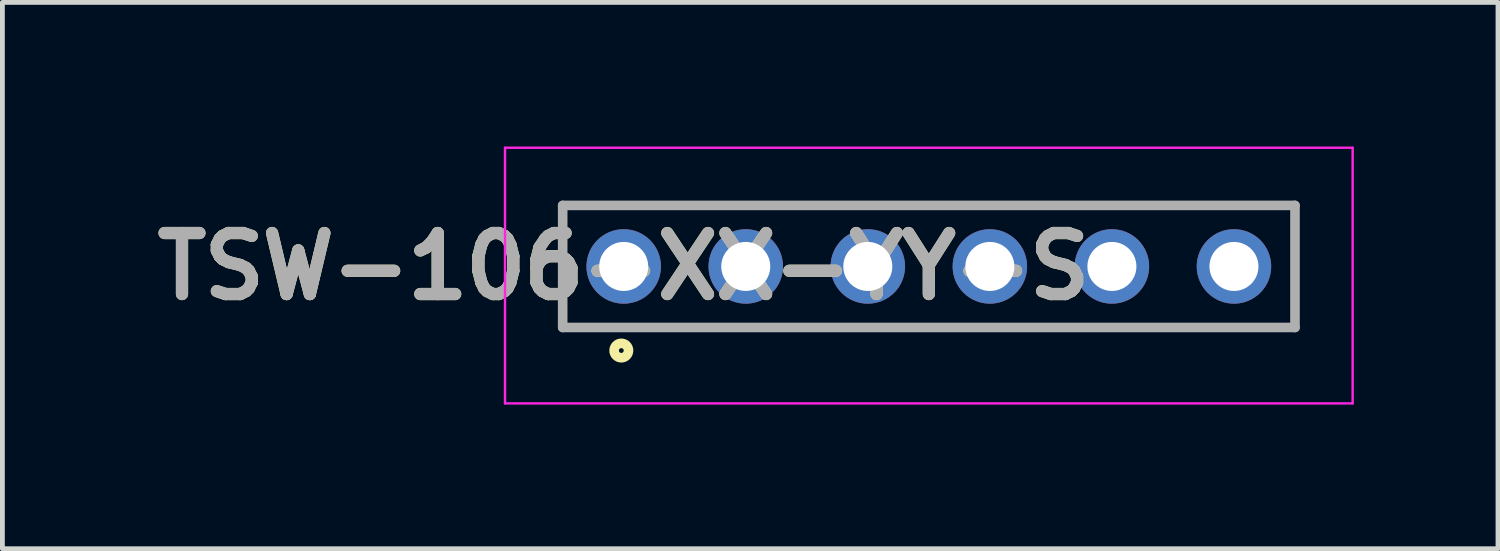
<source format=kicad_pcb>
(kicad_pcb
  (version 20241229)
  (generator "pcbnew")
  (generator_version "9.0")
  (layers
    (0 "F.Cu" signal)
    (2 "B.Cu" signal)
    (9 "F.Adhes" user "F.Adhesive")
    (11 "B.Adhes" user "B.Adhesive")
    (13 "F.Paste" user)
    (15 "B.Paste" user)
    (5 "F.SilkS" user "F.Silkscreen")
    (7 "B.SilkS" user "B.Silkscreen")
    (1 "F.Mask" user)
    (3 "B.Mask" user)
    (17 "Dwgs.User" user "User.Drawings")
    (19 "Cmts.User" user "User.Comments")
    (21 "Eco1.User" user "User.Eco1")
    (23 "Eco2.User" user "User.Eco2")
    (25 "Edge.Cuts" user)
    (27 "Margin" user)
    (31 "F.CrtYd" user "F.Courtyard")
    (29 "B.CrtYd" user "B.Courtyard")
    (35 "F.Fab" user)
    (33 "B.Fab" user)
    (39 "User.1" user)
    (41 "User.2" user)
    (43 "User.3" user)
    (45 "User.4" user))
  (footprint "TSW-106-XX-YY-S"
    (layer "F.Cu")
    (at 9.93 2.495)
    (property "Reference" "TSW-106-XX-YY-S" (at 0 0 0) (layer "F.SilkS") (effects (font (size 1.27 1.27) (thickness 0.254))))
    (attr through_hole)
    (fp_line (start -1.27 -1.27) (end 13.97 -1.27) (stroke (width 0.1) (type solid)) (layer "F.SilkS"))
    (fp_line (start -1.27 1.27) (end -1.27 -1.27) (stroke (width 0.1) (type solid)) (layer "F.SilkS"))
    (fp_line (start 13.97 -1.27) (end 13.97 1.27) (stroke (width 0.1) (type solid)) (layer "F.SilkS"))
    (fp_line (start 13.97 1.27) (end -1.27 1.27) (stroke (width 0.1) (type solid)) (layer "F.SilkS"))
    (fp_circle (center -0.05 1.75) (end -0.05 1.8) (stroke (width 0.2) (type solid)) (fill no) (layer "F.SilkS"))
    (fp_line (start -2.47 -2.47) (end 15.17 -2.47) (stroke (width 0.05) (type solid)) (layer "F.CrtYd"))
    (fp_line (start -2.47 2.85) (end -2.47 -2.47) (stroke (width 0.05) (type solid)) (layer "F.CrtYd"))
    (fp_line (start 15.17 -2.47) (end 15.17 2.85) (stroke (width 0.05) (type solid)) (layer "F.CrtYd"))
    (fp_line (start 15.17 2.85) (end -2.47 2.85) (stroke (width 0.05) (type solid)) (layer "F.CrtYd"))
    (fp_line (start -1.27 -1.27) (end 13.97 -1.27) (stroke (width 0.2) (type solid)) (layer "F.Fab"))
    (fp_line (start -1.27 1.27) (end -1.27 -1.27) (stroke (width 0.2) (type solid)) (layer "F.Fab"))
    (fp_line (start 13.97 -1.27) (end 13.97 1.27) (stroke (width 0.2) (type solid)) (layer "F.Fab"))
    (fp_line (start 13.97 1.27) (end -1.27 1.27) (stroke (width 0.2) (type solid)) (layer "F.Fab"))
    (fp_text user "${REFERENCE}" (at 0 0 0) (layer "F.Fab") (effects (font (size 1.27 1.27) (thickness 0.254))))
    (pad "1" thru_hole circle (at 0 0) (size 1.55 1.55) (drill 1.02) (layers "*.Cu" "*.Mask"))
    (pad "2" thru_hole circle (at 2.54 0) (size 1.55 1.55) (drill 1.02) (layers "*.Cu" "*.Mask"))
    (pad "3" thru_hole circle (at 5.08 0) (size 1.55 1.55) (drill 1.02) (layers "*.Cu" "*.Mask"))
    (pad "4" thru_hole circle (at 7.62 0) (size 1.55 1.55) (drill 1.02) (layers "*.Cu" "*.Mask"))
    (pad "5" thru_hole circle (at 10.16 0) (size 1.55 1.55) (drill 1.02) (layers "*.Cu" "*.Mask"))
    (pad "6" thru_hole circle (at 12.7 0) (size 1.55 1.55) (drill 1.02) (layers "*.Cu" "*.Mask")))
  (gr_rect
    (start -3 -3)
    (end 28.125 8.37)
    (stroke (width 0.1) (type default))
    (fill no)
    (layer "Edge.Cuts")))
</source>
